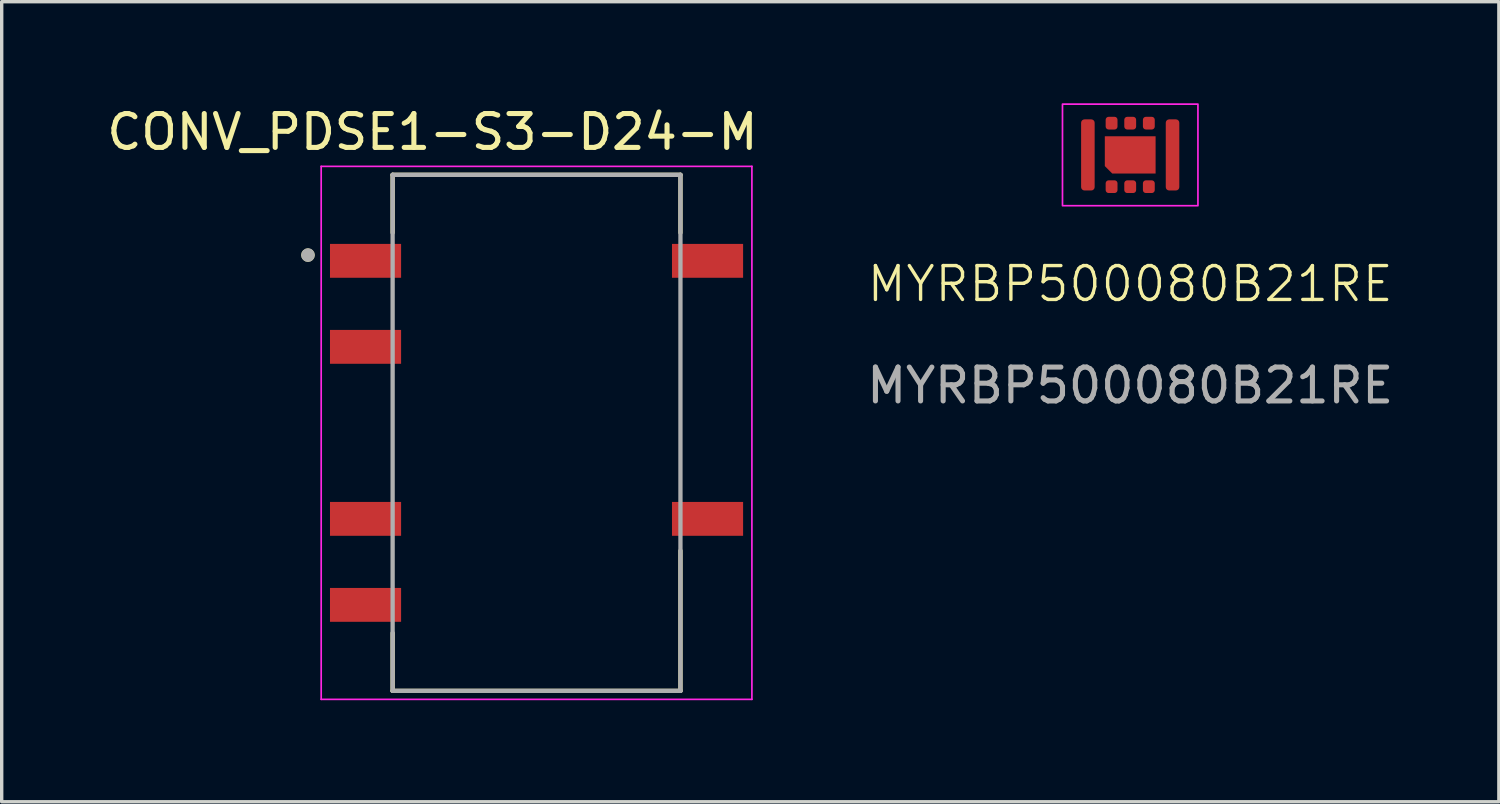
<source format=kicad_pcb>
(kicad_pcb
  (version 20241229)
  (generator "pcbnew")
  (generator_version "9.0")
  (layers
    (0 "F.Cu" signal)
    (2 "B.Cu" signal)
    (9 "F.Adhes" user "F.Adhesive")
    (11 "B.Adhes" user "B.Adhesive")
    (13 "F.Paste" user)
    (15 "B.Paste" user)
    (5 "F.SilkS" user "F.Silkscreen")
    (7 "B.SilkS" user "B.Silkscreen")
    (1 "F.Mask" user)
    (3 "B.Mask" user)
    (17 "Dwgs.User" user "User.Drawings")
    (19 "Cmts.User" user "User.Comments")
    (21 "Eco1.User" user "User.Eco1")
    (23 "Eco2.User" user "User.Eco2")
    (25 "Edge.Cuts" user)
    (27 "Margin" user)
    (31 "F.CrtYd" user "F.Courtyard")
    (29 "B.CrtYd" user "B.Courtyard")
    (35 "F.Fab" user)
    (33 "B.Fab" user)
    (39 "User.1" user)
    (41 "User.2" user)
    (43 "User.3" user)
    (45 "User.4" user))
  (footprint "CONV_PDSE1-S3-D24-M"
    (layer "F.Cu")
    (at 12.795 9.733)
    (property "Reference" "CONV_PDSE1-S3-D24-M" (at -3.075 -8.885 0) (layer "F.SilkS") (effects (font (size 1 1) (thickness 0.15))))
    (attr smd)
    (fp_line (start -4.25 -7.62) (end 4.25 -7.62) (stroke (width 0.127) (type solid)) (layer "F.SilkS"))
    (fp_line (start -4.25 -5.91) (end -4.25 -7.62) (stroke (width 0.127) (type solid)) (layer "F.SilkS"))
    (fp_line (start -4.25 7.62) (end -4.25 5.91) (stroke (width 0.127) (type solid)) (layer "F.SilkS"))
    (fp_line (start 4.25 -7.62) (end 4.25 -5.91) (stroke (width 0.127) (type solid)) (layer "F.SilkS"))
    (fp_line (start 4.25 3.48) (end 4.25 7.62) (stroke (width 0.127) (type solid)) (layer "F.SilkS"))
    (fp_line (start 4.25 7.62) (end -4.25 7.62) (stroke (width 0.127) (type solid)) (layer "F.SilkS"))
    (fp_circle (center -6.75 -5.25) (end -6.65 -5.25) (stroke (width 0.2) (type solid)) (fill no) (layer "F.SilkS"))
    (fp_line (start -6.36 -7.87) (end 6.36 -7.87) (stroke (width 0.05) (type solid)) (layer "F.CrtYd"))
    (fp_line (start -6.36 7.87) (end -6.36 -7.87) (stroke (width 0.05) (type solid)) (layer "F.CrtYd"))
    (fp_line (start 6.36 -7.87) (end 6.36 7.87) (stroke (width 0.05) (type solid)) (layer "F.CrtYd"))
    (fp_line (start 6.36 7.87) (end -6.36 7.87) (stroke (width 0.05) (type solid)) (layer "F.CrtYd"))
    (fp_line (start -4.25 -7.62) (end 4.25 -7.62) (stroke (width 0.127) (type solid)) (layer "F.Fab"))
    (fp_line (start -4.25 7.62) (end -4.25 -7.62) (stroke (width 0.127) (type solid)) (layer "F.Fab"))
    (fp_line (start 4.25 -7.62) (end 4.25 7.62) (stroke (width 0.127) (type solid)) (layer "F.Fab"))
    (fp_line (start 4.25 7.62) (end -4.25 7.62) (stroke (width 0.127) (type solid)) (layer "F.Fab"))
    (fp_circle (center -6.75 -5.25) (end -6.65 -5.25) (stroke (width 0.2) (type solid)) (fill no) (layer "F.Fab"))
    (pad "1" smd rect (at -5.05 -5.08) (size 2.1 1) (layers "F.Cu" "F.Mask" "F.Paste"))
    (pad "2" smd rect (at -5.05 -2.54) (size 2.1 1) (layers "F.Cu" "F.Mask" "F.Paste"))
    (pad "4" smd rect (at -5.05 2.54) (size 2.1 1) (layers "F.Cu" "F.Mask" "F.Paste"))
    (pad "5" smd rect (at -5.05 5.08) (size 2.1 1) (layers "F.Cu" "F.Mask" "F.Paste"))
    (pad "7" smd rect (at 5.05 2.54 180) (size 2.1 1) (layers "F.Cu" "F.Mask" "F.Paste"))
    (pad "10" smd rect (at 5.05 -5.08 180) (size 2.1 1) (layers "F.Cu" "F.Mask" "F.Paste")))
  (footprint "MYRBP500080B21RE"
    (layer "F.Cu")
    (at 30.327 1.525)
    (property "Reference" "MYRBP500080B21RE" (at 0 3.81 0) (unlocked yes) (layer "F.SilkS") (effects (font (size 1 1) (thickness 0.1))))
    (attr smd)
    (fp_rect (start -2 -1.5) (end 2 1.5) (stroke (width 0.05) (type default)) (fill no) (layer "F.CrtYd"))
    (fp_text user "${REFERENCE}" (at 0 6.81 0) (unlocked yes) (layer "F.Fab") (effects (font (size 1 1) (thickness 0.15))))
    (pad "1" smd roundrect (at -0.55 0.938) (size 0.35 0.375) (layers "F.Cu" "F.Mask" "F.Paste") (roundrect_rratio 0.25))
    (pad "2" smd roundrect (at 0 0.938) (size 0.35 0.375) (layers "F.Cu" "F.Mask" "F.Paste") (roundrect_rratio 0.25))
    (pad "3" smd roundrect (at 0.55 0.938) (size 0.35 0.375) (layers "F.Cu" "F.Mask" "F.Paste") (roundrect_rratio 0.25))
    (pad "4" smd roundrect (at 0.55 -0.938) (size 0.35 0.375) (layers "F.Cu" "F.Mask" "F.Paste") (roundrect_rratio 0.25))
    (pad "5" smd roundrect (at 0 -0.938) (size 0.35 0.375) (layers "F.Cu" "F.Mask" "F.Paste") (roundrect_rratio 0.25))
    (pad "6" smd roundrect (at -0.55 -0.938) (size 0.35 0.375) (layers "F.Cu" "F.Mask" "F.Paste") (roundrect_rratio 0.25))
    (pad "7" smd roundrect (at -1.25 0) (size 0.4 2.1) (layers "F.Cu" "F.Mask" "F.Paste") (roundrect_rratio 0.25))
    (pad "8" smd roundrect (at 1.25 0) (size 0.4 2.1) (layers "F.Cu" "F.Mask" "F.Paste") (roundrect_rratio 0.25))
    (pad "9" smd roundrect (at 0 0) (size 1.5 1.1) (layers "F.Cu" "F.Mask" "F.Paste") (roundrect_rratio 0) (chamfer_ratio 0.2) (chamfer bottom_left)))
  (gr_rect
    (start -3 -3)
    (end 41.214 20.628)
    (stroke (width 0.1) (type default))
    (fill no)
    (layer "Edge.Cuts")))
</source>
